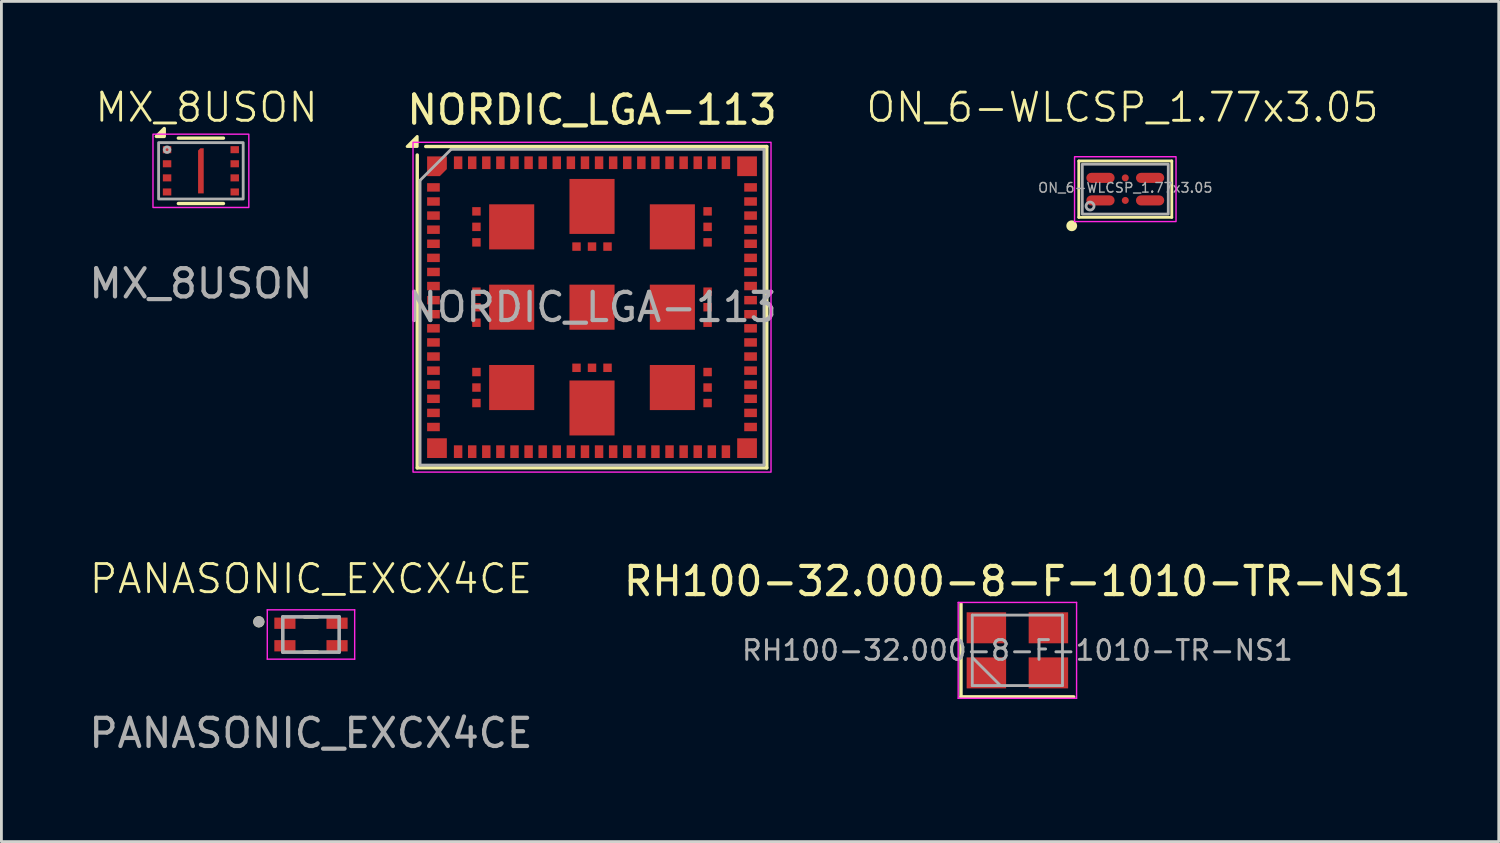
<source format=kicad_pcb>
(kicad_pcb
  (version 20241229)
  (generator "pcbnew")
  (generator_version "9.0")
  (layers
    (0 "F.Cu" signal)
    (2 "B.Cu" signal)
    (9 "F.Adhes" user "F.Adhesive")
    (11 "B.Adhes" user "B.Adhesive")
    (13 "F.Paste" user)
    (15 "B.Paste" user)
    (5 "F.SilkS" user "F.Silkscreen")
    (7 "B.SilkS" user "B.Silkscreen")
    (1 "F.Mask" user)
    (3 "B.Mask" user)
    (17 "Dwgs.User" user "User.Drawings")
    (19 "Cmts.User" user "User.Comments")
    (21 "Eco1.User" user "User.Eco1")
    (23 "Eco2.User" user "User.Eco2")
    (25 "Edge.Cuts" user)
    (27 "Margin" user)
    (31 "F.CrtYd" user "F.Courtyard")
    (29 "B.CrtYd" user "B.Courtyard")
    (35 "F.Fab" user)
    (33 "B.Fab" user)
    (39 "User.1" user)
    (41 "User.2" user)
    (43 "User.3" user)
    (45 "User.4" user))
  (footprint "MX_8USON"
    (layer "F.Cu")
    (at 4.077 3.01)
    (property "Reference" "MX_8USON" (at 0.2 -2.25 0) (unlocked yes) (layer "F.SilkS") (effects (font (size 1 1) (thickness 0.1))))
    (attr smd)
    (fp_line (start -0.8 -1.16) (end 0.8 -1.16) (stroke (width 0.12) (type solid)) (layer "F.SilkS"))
    (fp_line (start -0.8 1.16) (end 0.8 1.16) (stroke (width 0.12) (type solid)) (layer "F.SilkS"))
    (fp_poly (pts (xy -1.3 -1.22) (xy -1.58 -1.22) (xy -1.3 -1.5) (xy -1.3 -1.22)) (stroke (width 0.12) (type solid)) (fill yes) (layer "F.SilkS"))
    (fp_rect (start -1.7 -1.3) (end 1.7 1.3) (stroke (width 0.05) (type default)) (fill no) (layer "F.CrtYd"))
    (fp_rect (start -1.5 -1) (end 1.5 1) (stroke (width 0.1) (type default)) (fill no) (layer "F.Fab"))
    (fp_circle (center -1.2 -0.75) (end -1.1 -0.75) (stroke (width 0.1) (type default)) (fill no) (layer "F.Fab"))
    (fp_text user "${REFERENCE}" (at 0 4 0) (unlocked yes) (layer "F.Fab") (effects (font (size 1 1) (thickness 0.15))))
    (pad "1" smd rect (at -1.2 -0.75) (size 0.3 0.25) (layers "F.Cu" "F.Mask" "F.Paste"))
    (pad "2" smd rect (at -1.2 -0.25) (size 0.3 0.25) (layers "F.Cu" "F.Mask" "F.Paste"))
    (pad "3" smd rect (at -1.2 0.25) (size 0.3 0.25) (layers "F.Cu" "F.Mask" "F.Paste"))
    (pad "4" smd rect (at -1.2 0.75) (size 0.3 0.25) (layers "F.Cu" "F.Mask" "F.Paste"))
    (pad "5" smd rect (at 1.2 0.75) (size 0.3 0.25) (layers "F.Cu" "F.Mask" "F.Paste"))
    (pad "6" smd rect (at 1.2 0.25) (size 0.3 0.25) (layers "F.Cu" "F.Mask" "F.Paste"))
    (pad "7" smd rect (at 1.2 -0.25) (size 0.3 0.25) (layers "F.Cu" "F.Mask" "F.Paste"))
    (pad "8" smd rect (at 1.2 -0.75) (size 0.3 0.25) (layers "F.Cu" "F.Mask" "F.Paste"))
    (pad "GND" smd roundrect (at 0 0) (size 0.2 1.6) (layers "F.Cu" "F.Mask" "F.Paste") (roundrect_rratio 0) (chamfer_ratio 0.4) (chamfer top_left)))
  (footprint "NORDIC_LGA-113"
    (layer "F.Cu")
    (at 17.952 7.848)
    (property "Reference" "NORDIC_LGA-113" (at 0 -7 0) (unlocked yes) (layer "F.SilkS") (effects (font (size 1 1) (thickness 0.15))))
    (attr smd)
    (fp_line (start -6.2 5.7) (end -6.2 -5.4) (stroke (width 0.12) (type default)) (layer "F.SilkS"))
    (fp_line (start -6.2 5.7) (end 6.2 5.7) (stroke (width 0.12) (type default)) (layer "F.SilkS"))
    (fp_line (start 6.2 -5.7) (end -5.9 -5.7) (stroke (width 0.12) (type default)) (layer "F.SilkS"))
    (fp_line (start 6.2 5.7) (end 6.2 -5.7) (stroke (width 0.12) (type default)) (layer "F.SilkS"))
    (fp_poly (pts (xy -6.2 -5.7) (xy -6.56 -5.7) (xy -6.2 -6.06) (xy -6.2 -5.7)) (stroke (width 0.1) (type solid)) (fill yes) (layer "F.SilkS"))
    (fp_rect (start -6.35 -5.85) (end 6.35 5.85) (stroke (width 0.05) (type default)) (fill no) (layer "F.CrtYd"))
    (fp_line (start -6.1 -4.5) (end -6.1 5.6) (stroke (width 0.1) (type default)) (layer "F.Fab"))
    (fp_line (start -6.1 -4.5) (end -5 -5.6) (stroke (width 0.1) (type default)) (layer "F.Fab"))
    (fp_line (start -6.1 5.6) (end 6.1 5.6) (stroke (width 0.1) (type default)) (layer "F.Fab"))
    (fp_line (start 6.1 -5.6) (end -5 -5.6) (stroke (width 0.1) (type default)) (layer "F.Fab"))
    (fp_line (start 6.1 5.6) (end 6.1 -5.6) (stroke (width 0.1) (type default)) (layer "F.Fab"))
    (fp_text user "${REFERENCE}" (at 0 0 0) (unlocked yes) (layer "F.Fab") (effects (font (size 1 1) (thickness 0.15))))
    (pad "1" smd roundrect (at -5.5 -5) (size 0.7 0.7) (layers "F.Cu" "F.Mask" "F.Paste") (roundrect_rratio 0) (chamfer_ratio 0.355) (chamfer bottom_right))
    (pad "2" smd rect (at -5.625 -4.25 90) (size 0.3 0.45) (layers "F.Cu" "F.Mask" "F.Paste"))
    (pad "3" smd rect (at -5.625 -3.75 90) (size 0.3 0.45) (layers "F.Cu" "F.Mask" "F.Paste"))
    (pad "4" smd rect (at -5.625 -3.25 90) (size 0.3 0.45) (layers "F.Cu" "F.Mask" "F.Paste"))
    (pad "5" smd rect (at -5.625 -2.75 90) (size 0.3 0.45) (layers "F.Cu" "F.Mask" "F.Paste"))
    (pad "6" smd rect (at -5.625 -2.25 90) (size 0.3 0.45) (layers "F.Cu" "F.Mask" "F.Paste"))
    (pad "7" smd rect (at -5.625 -1.75 90) (size 0.3 0.45) (layers "F.Cu" "F.Mask" "F.Paste"))
    (pad "8" smd rect (at -5.625 -1.25 90) (size 0.3 0.45) (layers "F.Cu" "F.Mask" "F.Paste"))
    (pad "9" smd rect (at -5.625 -0.75 90) (size 0.3 0.45) (layers "F.Cu" "F.Mask" "F.Paste"))
    (pad "10" smd rect (at -5.625 -0.25 90) (size 0.3 0.45) (layers "F.Cu" "F.Mask" "F.Paste"))
    (pad "11" smd rect (at -5.625 0.25 90) (size 0.3 0.45) (layers "F.Cu" "F.Mask" "F.Paste"))
    (pad "12" smd rect (at -5.625 0.75 90) (size 0.3 0.45) (layers "F.Cu" "F.Mask" "F.Paste"))
    (pad "13" smd rect (at -5.625 1.25 90) (size 0.3 0.45) (layers "F.Cu" "F.Mask" "F.Paste"))
    (pad "14" smd rect (at -5.625 1.75 90) (size 0.3 0.45) (layers "F.Cu" "F.Mask" "F.Paste"))
    (pad "15" smd rect (at -5.625 2.25 90) (size 0.3 0.45) (layers "F.Cu" "F.Mask" "F.Paste"))
    (pad "16" smd rect (at -5.625 2.75 90) (size 0.3 0.45) (layers "F.Cu" "F.Mask" "F.Paste"))
    (pad "17" smd rect (at -5.625 3.25 90) (size 0.3 0.45) (layers "F.Cu" "F.Mask" "F.Paste"))
    (pad "18" smd rect (at -5.625 3.75 90) (size 0.3 0.45) (layers "F.Cu" "F.Mask" "F.Paste"))
    (pad "19" smd rect (at -5.625 4.25 90) (size 0.3 0.45) (layers "F.Cu" "F.Mask" "F.Paste"))
    (pad "20" smd rect (at -5.5 5) (size 0.7 0.7) (layers "F.Cu" "F.Mask" "F.Paste"))
    (pad "21" smd rect (at -4.75 5.125 180) (size 0.3 0.45) (layers "F.Cu" "F.Mask" "F.Paste"))
    (pad "22" smd rect (at -4.25 5.125 180) (size 0.3 0.45) (layers "F.Cu" "F.Mask" "F.Paste"))
    (pad "23" smd rect (at -3.75 5.125 180) (size 0.3 0.45) (layers "F.Cu" "F.Mask" "F.Paste"))
    (pad "24" smd rect (at -3.25 5.125 180) (size 0.3 0.45) (layers "F.Cu" "F.Mask" "F.Paste"))
    (pad "25" smd rect (at -2.75 5.125 180) (size 0.3 0.45) (layers "F.Cu" "F.Mask" "F.Paste"))
    (pad "26" smd rect (at -2.25 5.125 180) (size 0.3 0.45) (layers "F.Cu" "F.Mask" "F.Paste"))
    (pad "27" smd rect (at -1.75 5.125 180) (size 0.3 0.45) (layers "F.Cu" "F.Mask" "F.Paste"))
    (pad "28" smd rect (at -1.25 5.125 180) (size 0.3 0.45) (layers "F.Cu" "F.Mask" "F.Paste"))
    (pad "29" smd rect (at -0.75 5.125 180) (size 0.3 0.45) (layers "F.Cu" "F.Mask" "F.Paste"))
    (pad "30" smd rect (at -0.25 5.125 180) (size 0.3 0.45) (layers "F.Cu" "F.Mask" "F.Paste"))
    (pad "31" smd rect (at 0.25 5.125 180) (size 0.3 0.45) (layers "F.Cu" "F.Mask" "F.Paste"))
    (pad "32" smd rect (at 0.75 5.125 180) (size 0.3 0.45) (layers "F.Cu" "F.Mask" "F.Paste"))
    (pad "33" smd rect (at 1.25 5.125 180) (size 0.3 0.45) (layers "F.Cu" "F.Mask" "F.Paste"))
    (pad "34" smd rect (at 1.75 5.125 180) (size 0.3 0.45) (layers "F.Cu" "F.Mask" "F.Paste"))
    (pad "35" smd rect (at 2.25 5.125 180) (size 0.3 0.45) (layers "F.Cu" "F.Mask" "F.Paste"))
    (pad "36" smd rect (at 2.75 5.125 180) (size 0.3 0.45) (layers "F.Cu" "F.Mask" "F.Paste"))
    (pad "37" smd rect (at 3.25 5.125 180) (size 0.3 0.45) (layers "F.Cu" "F.Mask" "F.Paste"))
    (pad "38" smd rect (at 3.75 5.125 180) (size 0.3 0.45) (layers "F.Cu" "F.Mask" "F.Paste"))
    (pad "39" smd rect (at 4.25 5.125 180) (size 0.3 0.45) (layers "F.Cu" "F.Mask" "F.Paste"))
    (pad "40" smd rect (at 4.75 5.125 180) (size 0.3 0.45) (layers "F.Cu" "F.Mask" "F.Paste"))
    (pad "41" smd rect (at 5.5 5 90) (size 0.7 0.7) (layers "F.Cu" "F.Mask" "F.Paste"))
    (pad "42" smd rect (at 5.625 4.25 270) (size 0.3 0.45) (layers "F.Cu" "F.Mask" "F.Paste"))
    (pad "43" smd rect (at 5.625 3.75 270) (size 0.3 0.45) (layers "F.Cu" "F.Mask" "F.Paste"))
    (pad "44" smd rect (at 5.625 3.25 270) (size 0.3 0.45) (layers "F.Cu" "F.Mask" "F.Paste"))
    (pad "45" smd rect (at 5.625 2.75 270) (size 0.3 0.45) (layers "F.Cu" "F.Mask" "F.Paste"))
    (pad "46" smd rect (at 5.625 2.25 270) (size 0.3 0.45) (layers "F.Cu" "F.Mask" "F.Paste"))
    (pad "47" smd rect (at 5.625 1.75 270) (size 0.3 0.45) (layers "F.Cu" "F.Mask" "F.Paste"))
    (pad "48" smd rect (at 5.625 1.25 270) (size 0.3 0.45) (layers "F.Cu" "F.Mask" "F.Paste"))
    (pad "49" smd rect (at 5.625 0.75 270) (size 0.3 0.45) (layers "F.Cu" "F.Mask" "F.Paste"))
    (pad "50" smd rect (at 5.625 0.25 270) (size 0.3 0.45) (layers "F.Cu" "F.Mask" "F.Paste"))
    (pad "51" smd rect (at 5.625 -0.25 270) (size 0.3 0.45) (layers "F.Cu" "F.Mask" "F.Paste"))
    (pad "52" smd rect (at 5.625 -0.75 270) (size 0.3 0.45) (layers "F.Cu" "F.Mask" "F.Paste"))
    (pad "53" smd rect (at 5.625 -1.25 270) (size 0.3 0.45) (layers "F.Cu" "F.Mask" "F.Paste"))
    (pad "54" smd rect (at 5.625 -1.75 270) (size 0.3 0.45) (layers "F.Cu" "F.Mask" "F.Paste"))
    (pad "55" smd rect (at 5.625 -2.25 270) (size 0.3 0.45) (layers "F.Cu" "F.Mask" "F.Paste"))
    (pad "56" smd rect (at 5.625 -2.75 270) (size 0.3 0.45) (layers "F.Cu" "F.Mask" "F.Paste"))
    (pad "57" smd rect (at 5.625 -3.25 270) (size 0.3 0.45) (layers "F.Cu" "F.Mask" "F.Paste"))
    (pad "58" smd rect (at 5.625 -3.75 270) (size 0.3 0.45) (layers "F.Cu" "F.Mask" "F.Paste"))
    (pad "59" smd rect (at 5.625 -4.25 270) (size 0.3 0.45) (layers "F.Cu" "F.Mask" "F.Paste"))
    (pad "60" smd rect (at 5.5 -5 180) (size 0.7 0.7) (layers "F.Cu" "F.Mask" "F.Paste"))
    (pad "61" smd rect (at 4.75 -5.125) (size 0.3 0.45) (layers "F.Cu" "F.Mask" "F.Paste"))
    (pad "62" smd rect (at 4.25 -5.125) (size 0.3 0.45) (layers "F.Cu" "F.Mask" "F.Paste"))
    (pad "63" smd rect (at 3.75 -5.125) (size 0.3 0.45) (layers "F.Cu" "F.Mask" "F.Paste"))
    (pad "64" smd rect (at 3.25 -5.125) (size 0.3 0.45) (layers "F.Cu" "F.Mask" "F.Paste"))
    (pad "65" smd rect (at 2.75 -5.125) (size 0.3 0.45) (layers "F.Cu" "F.Mask" "F.Paste"))
    (pad "66" smd rect (at 2.25 -5.125) (size 0.3 0.45) (layers "F.Cu" "F.Mask" "F.Paste"))
    (pad "67" smd rect (at 1.75 -5.125) (size 0.3 0.45) (layers "F.Cu" "F.Mask" "F.Paste"))
    (pad "68" smd rect (at 1.25 -5.125) (size 0.3 0.45) (layers "F.Cu" "F.Mask" "F.Paste"))
    (pad "69" smd rect (at 0.75 -5.125) (size 0.3 0.45) (layers "F.Cu" "F.Mask" "F.Paste"))
    (pad "70" smd rect (at 0.25 -5.125) (size 0.3 0.45) (layers "F.Cu" "F.Mask" "F.Paste"))
    (pad "71" smd rect (at -0.25 -5.125) (size 0.3 0.45) (layers "F.Cu" "F.Mask" "F.Paste"))
    (pad "72" smd rect (at -0.75 -5.125) (size 0.3 0.45) (layers "F.Cu" "F.Mask" "F.Paste"))
    (pad "73" smd rect (at -1.25 -5.125) (size 0.3 0.45) (layers "F.Cu" "F.Mask" "F.Paste"))
    (pad "74" smd rect (at -1.75 -5.125) (size 0.3 0.45) (layers "F.Cu" "F.Mask" "F.Paste"))
    (pad "75" smd rect (at -2.25 -5.125) (size 0.3 0.45) (layers "F.Cu" "F.Mask" "F.Paste"))
    (pad "76" smd rect (at -2.75 -5.125) (size 0.3 0.45) (layers "F.Cu" "F.Mask" "F.Paste"))
    (pad "77" smd rect (at -3.25 -5.125) (size 0.3 0.45) (layers "F.Cu" "F.Mask" "F.Paste"))
    (pad "78" smd rect (at -3.75 -5.125) (size 0.3 0.45) (layers "F.Cu" "F.Mask" "F.Paste"))
    (pad "79" smd rect (at -4.25 -5.125) (size 0.3 0.45) (layers "F.Cu" "F.Mask" "F.Paste"))
    (pad "80" smd rect (at -4.75 -5.125) (size 0.3 0.45) (layers "F.Cu" "F.Mask" "F.Paste"))
    (pad "81" smd rect (at -4.1 -3.4) (size 0.3 0.3) (layers "F.Cu" "F.Mask" "F.Paste"))
    (pad "82" smd rect (at -4.1 -2.85) (size 0.3 0.3) (layers "F.Cu" "F.Mask" "F.Paste"))
    (pad "83" smd rect (at -4.1 -2.3) (size 0.3 0.3) (layers "F.Cu" "F.Mask" "F.Paste"))
    (pad "84" smd rect (at -4.1 -0.55) (size 0.3 0.3) (layers "F.Cu" "F.Mask" "F.Paste"))
    (pad "85" smd rect (at -4.1 0) (size 0.3 0.3) (layers "F.Cu" "F.Mask" "F.Paste"))
    (pad "86" smd rect (at -4.1 0.55) (size 0.3 0.3) (layers "F.Cu" "F.Mask" "F.Paste"))
    (pad "87" smd rect (at -4.1 2.3) (size 0.3 0.3) (layers "F.Cu" "F.Mask" "F.Paste"))
    (pad "88" smd rect (at -4.1 2.85) (size 0.3 0.3) (layers "F.Cu" "F.Mask" "F.Paste"))
    (pad "89" smd rect (at -4.1 3.4) (size 0.3 0.3) (layers "F.Cu" "F.Mask" "F.Paste"))
    (pad "90" smd rect (at -0.55 2.15 90) (size 0.3 0.3) (layers "F.Cu" "F.Mask" "F.Paste"))
    (pad "91" smd rect (at 0 2.15 90) (size 0.3 0.3) (layers "F.Cu" "F.Mask" "F.Paste"))
    (pad "92" smd rect (at 0.55 2.15 90) (size 0.3 0.3) (layers "F.Cu" "F.Mask" "F.Paste"))
    (pad "93" smd rect (at 4.1 3.4 180) (size 0.3 0.3) (layers "F.Cu" "F.Mask" "F.Paste"))
    (pad "94" smd rect (at 4.1 2.85 180) (size 0.3 0.3) (layers "F.Cu" "F.Mask" "F.Paste"))
    (pad "95" smd rect (at 4.1 2.3 180) (size 0.3 0.3) (layers "F.Cu" "F.Mask" "F.Paste"))
    (pad "96" smd rect (at 4.1 0.55 180) (size 0.3 0.3) (layers "F.Cu" "F.Mask" "F.Paste"))
    (pad "97" smd rect (at 4.1 0 180) (size 0.3 0.3) (layers "F.Cu" "F.Mask" "F.Paste"))
    (pad "98" smd rect (at 4.1 -0.55 180) (size 0.3 0.3) (layers "F.Cu" "F.Mask" "F.Paste"))
    (pad "99" smd rect (at 4.1 -2.3 180) (size 0.3 0.3) (layers "F.Cu" "F.Mask" "F.Paste"))
    (pad "100" smd rect (at 4.1 -2.85 180) (size 0.3 0.3) (layers "F.Cu" "F.Mask" "F.Paste"))
    (pad "101" smd rect (at 4.1 -3.4 180) (size 0.3 0.3) (layers "F.Cu" "F.Mask" "F.Paste"))
    (pad "102" smd rect (at 0.55 -2.15 90) (size 0.3 0.3) (layers "F.Cu" "F.Mask" "F.Paste"))
    (pad "103" smd rect (at 0 -2.15 90) (size 0.3 0.3) (layers "F.Cu" "F.Mask" "F.Paste"))
    (pad "104" smd rect (at -0.55 -2.15 90) (size 0.3 0.3) (layers "F.Cu" "F.Mask" "F.Paste"))
    (pad "105" smd rect (at -2.85 -2.85) (size 1.6 1.6) (layers "F.Cu" "F.Mask" "F.Paste"))
    (pad "106" smd rect (at -2.85 0) (size 1.6 1.6) (layers "F.Cu" "F.Mask" "F.Paste"))
    (pad "107" smd rect (at -2.85 2.85) (size 1.6 1.6) (layers "F.Cu" "F.Mask" "F.Paste"))
    (pad "108" smd rect (at 0 3.575) (size 1.6 1.95) (layers "F.Cu" "F.Mask" "F.Paste"))
    (pad "109" smd rect (at 2.85 2.85 180) (size 1.6 1.6) (layers "F.Cu" "F.Mask" "F.Paste"))
    (pad "110" smd rect (at 2.85 0 180) (size 1.6 1.6) (layers "F.Cu" "F.Mask" "F.Paste"))
    (pad "111" smd rect (at 2.85 -2.85 180) (size 1.6 1.6) (layers "F.Cu" "F.Mask" "F.Paste"))
    (pad "112" smd rect (at 0 -3.575) (size 1.6 1.95) (layers "F.Cu" "F.Mask" "F.Paste"))
    (pad "113" smd rect (at 0 0) (size 1.6 1.6) (layers "F.Cu" "F.Mask" "F.Paste")))
  (footprint "PANASONIC_EXCX4CE"
    (layer "F.Cu")
    (at 7.982 19.459)
    (property "Reference" "PANASONIC_EXCX4CE" (at 0 -1.975 0) (unlocked yes) (layer "F.SilkS") (effects (font (size 1 1) (thickness 0.1))))
    (attr smd)
    (fp_line (start -0.23 -0.625) (end 0.23 -0.625) (stroke (width 0.127) (type solid)) (layer "F.SilkS"))
    (fp_line (start -0.23 0.625) (end 0.23 0.625) (stroke (width 0.127) (type solid)) (layer "F.SilkS"))
    (fp_circle (center -1.85 -0.45) (end -1.75 -0.45) (stroke (width 0.2) (type solid)) (fill no) (layer "F.SilkS"))
    (fp_line (start -1.55 -0.875) (end 1.55 -0.875) (stroke (width 0.05) (type solid)) (layer "F.CrtYd"))
    (fp_line (start -1.55 0.875) (end -1.55 -0.875) (stroke (width 0.05) (type solid)) (layer "F.CrtYd"))
    (fp_line (start 1.55 -0.875) (end 1.55 0.875) (stroke (width 0.05) (type solid)) (layer "F.CrtYd"))
    (fp_line (start 1.55 0.875) (end -1.55 0.875) (stroke (width 0.05) (type solid)) (layer "F.CrtYd"))
    (fp_line (start -1 -0.625) (end 1 -0.625) (stroke (width 0.127) (type solid)) (layer "F.Fab"))
    (fp_line (start -1 0.625) (end -1 -0.625) (stroke (width 0.127) (type solid)) (layer "F.Fab"))
    (fp_line (start 1 -0.625) (end 1 0.625) (stroke (width 0.127) (type solid)) (layer "F.Fab"))
    (fp_line (start 1 0.625) (end -1 0.625) (stroke (width 0.127) (type solid)) (layer "F.Fab"))
    (fp_circle (center -1.85 -0.45) (end -1.75 -0.45) (stroke (width 0.2) (type solid)) (fill no) (layer "F.Fab"))
    (fp_text user "${REFERENCE}" (at 0 3.5 0) (unlocked yes) (layer "F.Fab") (effects (font (size 1 1) (thickness 0.15))))
    (pad "1" smd rect (at -0.925 -0.4) (size 0.75 0.4) (layers "F.Cu" "F.Mask" "F.Paste"))
    (pad "2" smd rect (at -0.925 0.4) (size 0.75 0.4) (layers "F.Cu" "F.Mask" "F.Paste"))
    (pad "3" smd rect (at 0.925 0.4) (size 0.75 0.4) (layers "F.Cu" "F.Mask" "F.Paste"))
    (pad "4" smd rect (at 0.925 -0.4) (size 0.75 0.4) (layers "F.Cu" "F.Mask" "F.Paste")))
  (footprint "ON_6-WLCSP_1.77x3.05"
    (layer "F.Cu")
    (at 36.87 3.66)
    (property "Reference" "ON_6-WLCSP_1.77x3.05" (at -0.1 -2.9 0) (unlocked yes) (layer "F.SilkS") (effects (font (size 1 1) (thickness 0.1))))
    (attr smd)
    (fp_line (start -1.65 -1) (end -1.65 1) (stroke (width 0.1) (type default)) (layer "F.SilkS"))
    (fp_line (start -1.65 1) (end 1.65 1) (stroke (width 0.1) (type default)) (layer "F.SilkS"))
    (fp_line (start 1.65 -1) (end -1.65 -1) (stroke (width 0.1) (type default)) (layer "F.SilkS"))
    (fp_line (start 1.65 1) (end 1.65 -1) (stroke (width 0.1) (type default)) (layer "F.SilkS"))
    (fp_circle (center -1.9 1.3) (end -1.8 1.2) (stroke (width 0.1) (type default)) (fill yes) (layer "F.SilkS"))
    (fp_rect (start -1.8 -1.15) (end 1.8 1.15) (stroke (width 0.05) (type default)) (fill no) (layer "F.CrtYd"))
    (fp_rect (start -1.525 -0.885) (end 1.525 0.885) (stroke (width 0.1) (type default)) (fill no) (layer "F.Fab"))
    (fp_circle (center -1.25 0.6) (end -1.15 0.5) (stroke (width 0.1) (type default)) (fill no) (layer "F.Fab"))
    (fp_text user "${REFERENCE}" (at 0 -0.05 0) (unlocked yes) (layer "F.Fab") (effects (font (size 0.34 0.34) (thickness 0.05))))
    (pad "1" smd roundrect (at -0.88 0.4) (size 1.005 0.36) (layers "F.Cu" "F.Mask" "F.Paste") (roundrect_rratio 0.5))
    (pad "2" smd circle (at 0 0.4) (size 0.25 0.25) (layers "F.Cu" "F.Mask" "F.Paste"))
    (pad "3" smd roundrect (at 0.88 0.4) (size 1.005 0.36) (layers "F.Cu" "F.Mask" "F.Paste") (roundrect_rratio 0.5))
    (pad "4" smd roundrect (at 0.88 -0.4) (size 1.005 0.36) (layers "F.Cu" "F.Mask" "F.Paste") (roundrect_rratio 0.5))
    (pad "5" smd circle (at 0 -0.4) (size 0.25 0.25) (layers "F.Cu" "F.Mask" "F.Paste"))
    (pad "6" smd roundrect (at -0.88 -0.4) (size 1.005 0.36) (layers "F.Cu" "F.Mask" "F.Paste") (roundrect_rratio 0.5)))
  (footprint "RH100-32.000-8-F-1010-TR-NS1"
    (layer "F.Cu")
    (at 33.042 20.021)
    (property "Reference" "RH100-32.000-8-F-1010-TR-NS1" (at 0 -2.45 0) (layer "F.SilkS") (effects (font (size 1 1) (thickness 0.15))))
    (attr smd)
    (fp_line (start -2 -1.65) (end -2 1.65) (stroke (width 0.12) (type solid)) (layer "F.SilkS"))
    (fp_line (start -2 1.65) (end 2 1.65) (stroke (width 0.12) (type solid)) (layer "F.SilkS"))
    (fp_line (start -2.1 -1.7) (end -2.1 1.7) (stroke (width 0.05) (type solid)) (layer "F.CrtYd"))
    (fp_line (start -2.1 1.7) (end 2.1 1.7) (stroke (width 0.05) (type solid)) (layer "F.CrtYd"))
    (fp_line (start 2.1 -1.7) (end -2.1 -1.7) (stroke (width 0.05) (type solid)) (layer "F.CrtYd"))
    (fp_line (start 2.1 1.7) (end 2.1 -1.7) (stroke (width 0.05) (type solid)) (layer "F.CrtYd"))
    (fp_line (start -1.6 -1.25) (end -1.6 1.25) (stroke (width 0.1) (type solid)) (layer "F.Fab"))
    (fp_line (start -1.6 0.25) (end -0.6 1.25) (stroke (width 0.1) (type solid)) (layer "F.Fab"))
    (fp_line (start -1.6 1.25) (end 1.6 1.25) (stroke (width 0.1) (type solid)) (layer "F.Fab"))
    (fp_line (start 1.6 -1.25) (end -1.6 -1.25) (stroke (width 0.1) (type solid)) (layer "F.Fab"))
    (fp_line (start 1.6 1.25) (end 1.6 -1.25) (stroke (width 0.1) (type solid)) (layer "F.Fab"))
    (fp_text user "${REFERENCE}" (at 0 0 0) (layer "F.Fab") (effects (font (size 0.7 0.7) (thickness 0.105))))
    (pad "1" smd rect (at -1.1 0.8) (size 1.4 1.1) (layers "F.Cu" "F.Mask" "F.Paste"))
    (pad "2" smd rect (at 1.1 0.8) (size 1.4 1.1) (layers "F.Cu" "F.Mask" "F.Paste"))
    (pad "3" smd rect (at 1.1 -0.8) (size 1.4 1.1) (layers "F.Cu" "F.Mask" "F.Paste"))
    (pad "4" smd rect (at -1.1 -0.8) (size 1.4 1.1) (layers "F.Cu" "F.Mask" "F.Paste")))
  (gr_rect
    (start -3 -3)
    (end 50.119 26.807)
    (stroke (width 0.1) (type default))
    (fill no)
    (layer "Edge.Cuts")))
</source>
